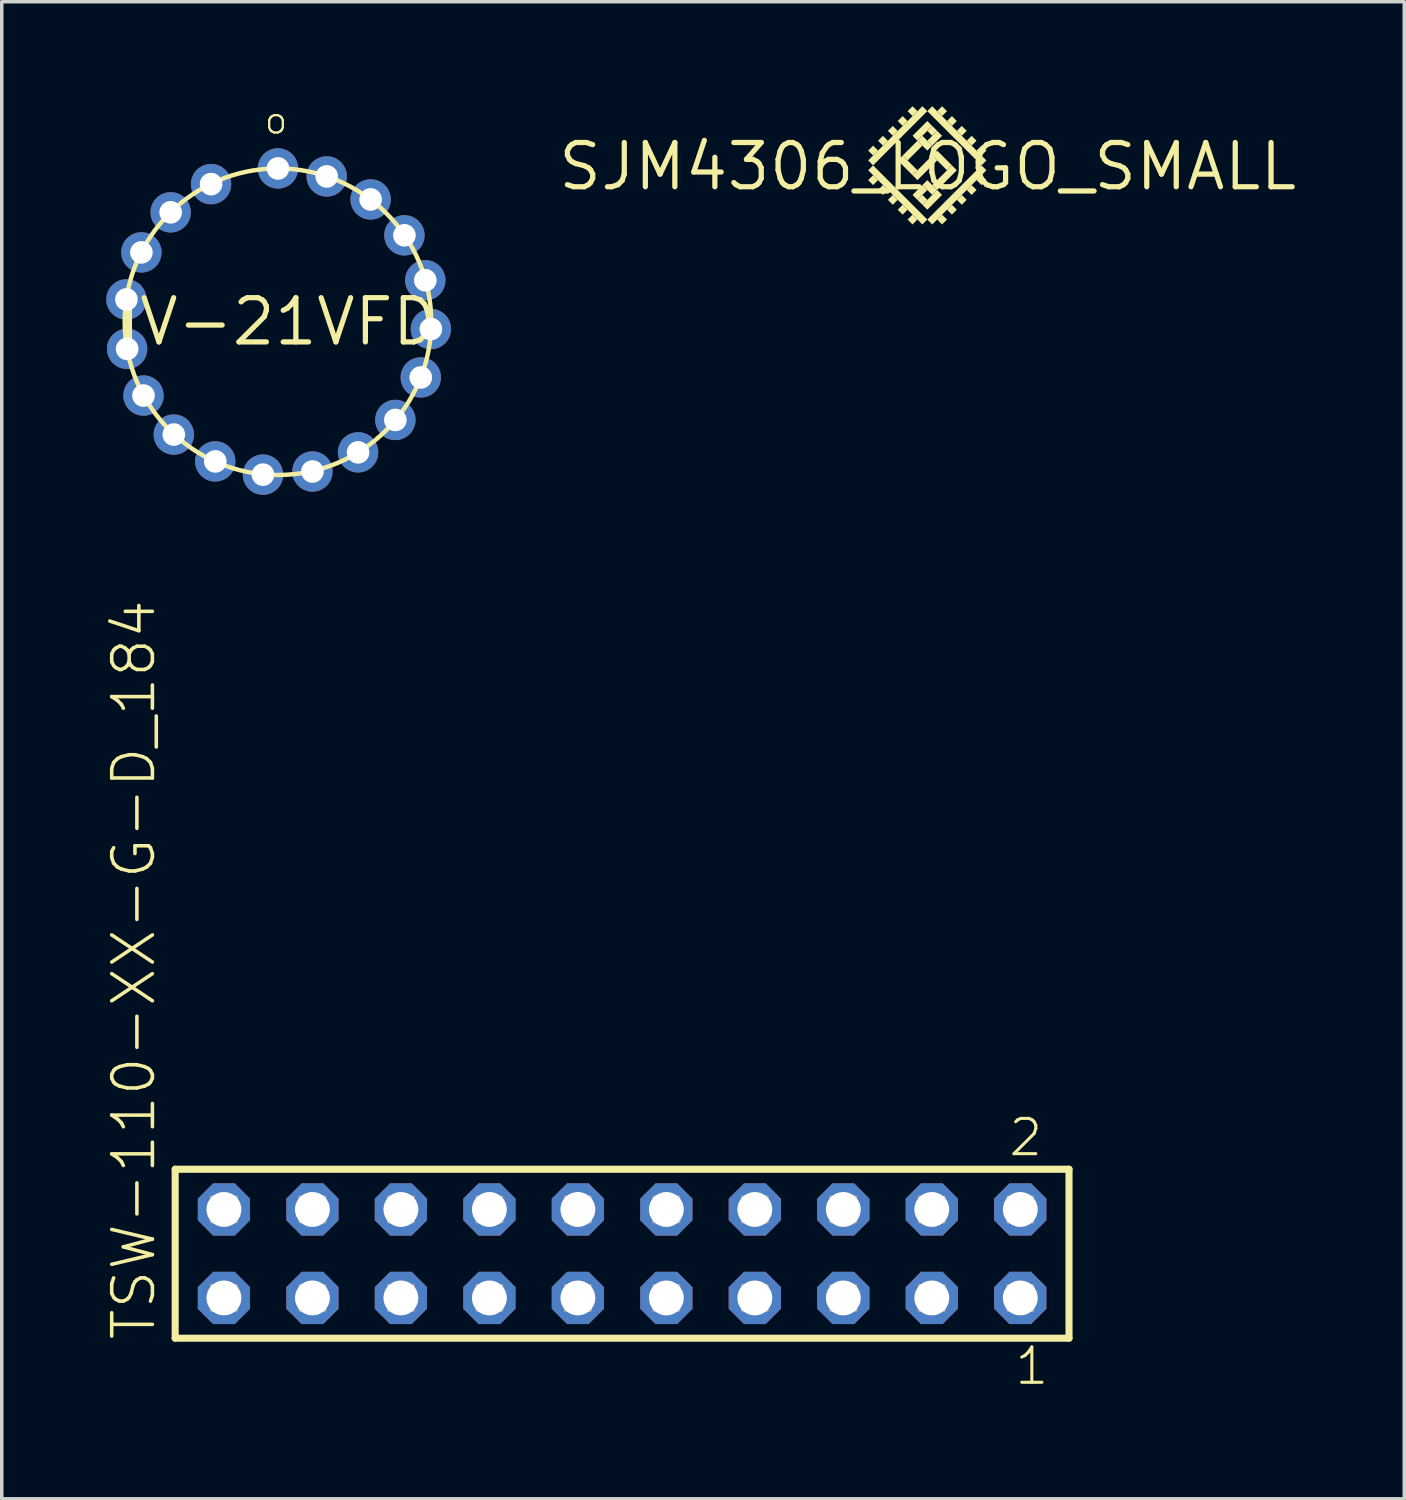
<source format=kicad_pcb>
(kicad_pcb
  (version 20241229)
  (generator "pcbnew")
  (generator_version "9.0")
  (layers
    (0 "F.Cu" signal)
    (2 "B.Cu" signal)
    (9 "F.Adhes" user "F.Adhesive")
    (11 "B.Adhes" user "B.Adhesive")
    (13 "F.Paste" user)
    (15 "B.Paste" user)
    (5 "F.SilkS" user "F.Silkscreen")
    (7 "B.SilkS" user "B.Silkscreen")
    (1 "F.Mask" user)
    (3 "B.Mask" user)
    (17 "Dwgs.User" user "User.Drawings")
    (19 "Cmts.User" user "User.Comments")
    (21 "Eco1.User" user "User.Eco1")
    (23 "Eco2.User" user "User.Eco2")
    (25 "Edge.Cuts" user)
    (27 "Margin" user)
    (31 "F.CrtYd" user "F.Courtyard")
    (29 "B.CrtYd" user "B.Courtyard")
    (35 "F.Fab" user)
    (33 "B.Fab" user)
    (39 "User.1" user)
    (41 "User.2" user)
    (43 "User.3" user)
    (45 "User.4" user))
  (footprint "SJM4306_LOGO_SMALL"
    (layer "F.Cu")
    (at 23.579 1.731)
    (property "Reference" "SJM4306_LOGO_SMALL" (at 0 0 0) (layer "F.SilkS") (effects (font (size 1.27 1.27) (thickness 0.15))))
    (fp_poly (pts (xy -1.566 -0.034) (xy -0.01 -1.59) (xy -0.151 -1.731) (xy -1.707 -0.176)) (stroke (width 0) (type default)) (fill yes) (layer "F.SilkS"))
    (fp_poly (pts (xy -1.566 -0.317) (xy -1.424 -0.459) (xy -1.566 -0.6) (xy -1.707 -0.459)) (stroke (width 0) (type default)) (fill yes) (layer "F.SilkS"))
    (fp_poly (pts (xy -1.566 0.531) (xy -1.424 0.39) (xy -1.566 0.249) (xy -1.707 0.39)) (stroke (width 0) (type default)) (fill yes) (layer "F.SilkS"))
    (fp_poly (pts (xy -1.283 -0.6) (xy -1.141 -0.741) (xy -1.283 -0.883) (xy -1.424 -0.741)) (stroke (width 0) (type default)) (fill yes) (layer "F.SilkS"))
    (fp_poly (pts (xy -1.283 0.814) (xy -1.141 0.673) (xy -1.283 0.531) (xy -1.424 0.673)) (stroke (width 0) (type default)) (fill yes) (layer "F.SilkS"))
    (fp_poly (pts (xy -1 -0.883) (xy -0.859 -1.024) (xy -1 -1.166) (xy -1.141 -1.024)) (stroke (width 0) (type default)) (fill yes) (layer "F.SilkS"))
    (fp_poly (pts (xy -1 1.097) (xy -0.859 0.956) (xy -1 0.814) (xy -1.141 0.956)) (stroke (width 0) (type default)) (fill yes) (layer "F.SilkS"))
    (fp_poly (pts (xy -0.717 -1.166) (xy -0.576 -1.307) (xy -0.717 -1.449) (xy -0.859 -1.307)) (stroke (width 0) (type default)) (fill yes) (layer "F.SilkS"))
    (fp_poly (pts (xy -0.717 1.38) (xy -0.576 1.238) (xy -0.717 1.097) (xy -0.859 1.238)) (stroke (width 0) (type default)) (fill yes) (layer "F.SilkS"))
    (fp_poly (pts (xy -0.576 -0.176) (xy -0.151 -0.6) (xy -0.293 -0.741) (xy -0.717 -0.317)) (stroke (width 0) (type default)) (fill yes) (layer "F.SilkS"))
    (fp_poly (pts (xy -0.434 0.249) (xy -0.293 0.107) (xy -0.717 -0.317) (xy -0.859 -0.176)) (stroke (width 0) (type default)) (fill yes) (layer "F.SilkS"))
    (fp_poly (pts (xy -0.434 -1.449) (xy -0.293 -1.59) (xy -0.434 -1.731) (xy -0.576 -1.59)) (stroke (width 0) (type default)) (fill yes) (layer "F.SilkS"))
    (fp_poly (pts (xy -0.434 1.663) (xy -0.293 1.521) (xy -0.434 1.38) (xy -0.576 1.521)) (stroke (width 0) (type default)) (fill yes) (layer "F.SilkS"))
    (fp_poly (pts (xy -0.293 0.956) (xy -0.01 0.673) (xy -0.151 0.531) (xy -0.434 0.814)) (stroke (width 0) (type default)) (fill yes) (layer "F.SilkS"))
    (fp_poly (pts (xy -0.293 0.39) (xy 0.273 -0.176) (xy 0.131 -0.317) (xy -0.434 0.249)) (stroke (width 0) (type default)) (fill yes) (layer "F.SilkS"))
    (fp_poly (pts (xy -0.293 -0.741) (xy 0.131 -1.166) (xy -0.01 -1.307) (xy -0.434 -0.883)) (stroke (width 0) (type default)) (fill yes) (layer "F.SilkS"))
    (fp_poly (pts (xy -0.151 1.663) (xy -0.01 1.521) (xy -1.566 -0.034) (xy -1.707 0.107)) (stroke (width 0) (type default)) (fill yes) (layer "F.SilkS"))
    (fp_poly (pts (xy -0.151 1.097) (xy -0.01 0.956) (xy -0.151 0.814) (xy -0.293 0.956)) (stroke (width 0) (type default)) (fill yes) (layer "F.SilkS"))
    (fp_poly (pts (xy -0.01 1.238) (xy 0.414 0.814) (xy 0.273 0.673) (xy -0.151 1.097)) (stroke (width 0) (type default)) (fill yes) (layer "F.SilkS"))
    (fp_poly (pts (xy -0.01 -0.459) (xy 0.131 -0.6) (xy -0.151 -0.883) (xy -0.293 -0.741)) (stroke (width 0) (type default)) (fill yes) (layer "F.SilkS"))
    (fp_poly (pts (xy 0.131 -0.883) (xy 0.273 -1.024) (xy 0.131 -1.166) (xy -0.01 -1.024)) (stroke (width 0) (type default)) (fill yes) (layer "F.SilkS"))
    (fp_poly (pts (xy 0.131 1.663) (xy 1.687 0.107) (xy 1.546 -0.034) (xy -0.01 1.521)) (stroke (width 0) (type default)) (fill yes) (layer "F.SilkS"))
    (fp_poly (pts (xy 0.131 -0.6) (xy 0.414 -0.883) (xy 0.273 -1.024) (xy -0.01 -0.741)) (stroke (width 0) (type default)) (fill yes) (layer "F.SilkS"))
    (fp_poly (pts (xy 0.131 0.814) (xy 0.273 0.673) (xy -0.01 0.39) (xy -0.151 0.531)) (stroke (width 0) (type default)) (fill yes) (layer "F.SilkS"))
    (fp_poly (pts (xy 0.273 0.673) (xy 0.838 0.107) (xy 0.697 -0.034) (xy 0.131 0.531)) (stroke (width 0) (type default)) (fill yes) (layer "F.SilkS"))
    (fp_poly (pts (xy 0.414 -1.449) (xy 0.556 -1.59) (xy 0.414 -1.731) (xy 0.273 -1.59)) (stroke (width 0) (type default)) (fill yes) (layer "F.SilkS"))
    (fp_poly (pts (xy 0.414 1.663) (xy 0.556 1.521) (xy 0.414 1.38) (xy 0.273 1.521)) (stroke (width 0) (type default)) (fill yes) (layer "F.SilkS"))
    (fp_poly (pts (xy 0.556 0.107) (xy 0.697 -0.034) (xy 0.273 -0.459) (xy 0.131 -0.317)) (stroke (width 0) (type default)) (fill yes) (layer "F.SilkS"))
    (fp_poly (pts (xy 0.697 -1.166) (xy 0.838 -1.307) (xy 0.697 -1.449) (xy 0.556 -1.307)) (stroke (width 0) (type default)) (fill yes) (layer "F.SilkS"))
    (fp_poly (pts (xy 0.697 1.38) (xy 0.838 1.238) (xy 0.697 1.097) (xy 0.556 1.238)) (stroke (width 0) (type default)) (fill yes) (layer "F.SilkS"))
    (fp_poly (pts (xy 0.98 -0.883) (xy 1.121 -1.024) (xy 0.98 -1.166) (xy 0.838 -1.024)) (stroke (width 0) (type default)) (fill yes) (layer "F.SilkS"))
    (fp_poly (pts (xy 0.98 1.097) (xy 1.121 0.956) (xy 0.98 0.814) (xy 0.838 0.956)) (stroke (width 0) (type default)) (fill yes) (layer "F.SilkS"))
    (fp_poly (pts (xy 1.263 -0.6) (xy 1.404 -0.741) (xy 1.263 -0.883) (xy 1.121 -0.741)) (stroke (width 0) (type default)) (fill yes) (layer "F.SilkS"))
    (fp_poly (pts (xy 1.263 0.814) (xy 1.404 0.673) (xy 1.263 0.531) (xy 1.121 0.673)) (stroke (width 0) (type default)) (fill yes) (layer "F.SilkS"))
    (fp_poly (pts (xy 1.546 -0.034) (xy 1.687 -0.176) (xy 0.131 -1.731) (xy -0.01 -1.59)) (stroke (width 0) (type default)) (fill yes) (layer "F.SilkS"))
    (fp_poly (pts (xy 1.546 -0.317) (xy 1.687 -0.459) (xy 1.546 -0.6) (xy 1.404 -0.459)) (stroke (width 0) (type default)) (fill yes) (layer "F.SilkS"))
    (fp_poly (pts (xy 1.546 0.531) (xy 1.687 0.39) (xy 1.546 0.249) (xy 1.404 0.39)) (stroke (width 0) (type default)) (fill yes) (layer "F.SilkS")))
  (footprint "IV-21VFD"
    (layer "F.Cu")
    (at 4.929 6.185)
    (property "Reference" "IV-21VFD" (at 0 0 0) (layer "F.SilkS") (effects (font (size 1.27 1.27) (thickness 0.15))))
    (fp_circle (center 0 0) (end 4.4 0) (stroke (width 0.127) (type solid)) (fill no) (layer "F.SilkS"))
    (fp_text user "o" (at 0.325 -6.025 180) (unlocked yes) (layer "F.SilkS") (effects (font (size 0.748 0.748) (thickness 0.065)) (justify left bottom)))
    (pad "P$1" thru_hole circle (at 0 -4.4) (size 1.158 1.158) (drill 0.65) (layers "*.Cu" "*.Mask"))
    (pad "P$2" thru_hole circle (at 1.4 -4.17) (size 1.158 1.158) (drill 0.65) (layers "*.Cu" "*.Mask"))
    (pad "P$3" thru_hole circle (at 2.66 -3.51) (size 1.158 1.158) (drill 0.65) (layers "*.Cu" "*.Mask"))
    (pad "P$4" thru_hole circle (at 3.63 -2.48) (size 1.158 1.158) (drill 0.65) (layers "*.Cu" "*.Mask"))
    (pad "P$5" thru_hole circle (at 4.23 -1.19) (size 1.158 1.158) (drill 0.65) (layers "*.Cu" "*.Mask"))
    (pad "P$6" thru_hole circle (at 4.39 0.21) (size 1.158 1.158) (drill 0.65) (layers "*.Cu" "*.Mask"))
    (pad "P$7" thru_hole circle (at 4.1 1.6) (size 1.158 1.158) (drill 0.65) (layers "*.Cu" "*.Mask"))
    (pad "P$8" thru_hole circle (at 3.37 2.82) (size 1.158 1.158) (drill 0.65) (layers "*.Cu" "*.Mask"))
    (pad "P$9" thru_hole circle (at 2.3 3.75) (size 1.158 1.158) (drill 0.65) (layers "*.Cu" "*.Mask"))
    (pad "P$10" thru_hole circle (at 0.99 4.3) (size 1.158 1.158) (drill 0.65) (layers "*.Cu" "*.Mask"))
    (pad "P$11" thru_hole circle (at -0.43 4.39) (size 1.158 1.158) (drill 0.65) (layers "*.Cu" "*.Mask"))
    (pad "P$12" thru_hole circle (at -1.8 4.01) (size 1.158 1.158) (drill 0.65) (layers "*.Cu" "*.Mask"))
    (pad "P$13" thru_hole circle (at -2.99 3.24) (size 1.158 1.158) (drill 0.65) (layers "*.Cu" "*.Mask"))
    (pad "P$14" thru_hole circle (at -3.86 2.12) (size 1.158 1.158) (drill 0.65) (layers "*.Cu" "*.Mask"))
    (pad "P$15" thru_hole circle (at -4.33 0.78) (size 1.158 1.158) (drill 0.65) (layers "*.Cu" "*.Mask"))
    (pad "P$16" thru_hole circle (at -4.35 -0.64) (size 1.158 1.158) (drill 0.65) (layers "*.Cu" "*.Mask"))
    (pad "P$17" thru_hole circle (at -3.92 -1.99) (size 1.158 1.158) (drill 0.65) (layers "*.Cu" "*.Mask"))
    (pad "P$18" thru_hole circle (at -3.08 -3.14) (size 1.158 1.158) (drill 0.65) (layers "*.Cu" "*.Mask"))
    (pad "P$19" thru_hole circle (at -1.92 -3.95) (size 1.158 1.158) (drill 0.65) (layers "*.Cu" "*.Mask")))
  (footprint "TSW-110-XX-G-D_184"
    (layer "F.Cu")
    (at 14.808 32.939)
    (property "Reference" "TSW-110-XX-G-D_184" (at -13.335 2.54 90) (unlocked yes) (layer "F.SilkS") (effects (font (size 1.168 1.168) (thickness 0.102)) (justify left bottom)))
    (fp_line (start -12.829 -2.425) (end 12.829 -2.425) (stroke (width 0.203) (type solid)) (layer "F.SilkS"))
    (fp_line (start -12.829 2.425) (end -12.829 -2.425) (stroke (width 0.203) (type solid)) (layer "F.SilkS"))
    (fp_line (start 12.829 -2.425) (end 12.829 2.425) (stroke (width 0.203) (type solid)) (layer "F.SilkS"))
    (fp_line (start 12.829 2.425) (end -12.829 2.425) (stroke (width 0.203) (type solid)) (layer "F.SilkS"))
    (fp_poly (pts (xy -11.78 -0.92) (xy -11.08 -0.92) (xy -11.08 -1.62) (xy -11.78 -1.62)) (stroke (width 0.1) (type default)) (fill no) (layer "F.Fab"))
    (fp_poly (pts (xy -11.78 1.62) (xy -11.08 1.62) (xy -11.08 0.92) (xy -11.78 0.92)) (stroke (width 0.1) (type default)) (fill no) (layer "F.Fab"))
    (fp_poly (pts (xy -9.24 -0.92) (xy -8.54 -0.92) (xy -8.54 -1.62) (xy -9.24 -1.62)) (stroke (width 0.1) (type default)) (fill no) (layer "F.Fab"))
    (fp_poly (pts (xy -9.24 1.62) (xy -8.54 1.62) (xy -8.54 0.92) (xy -9.24 0.92)) (stroke (width 0.1) (type default)) (fill no) (layer "F.Fab"))
    (fp_poly (pts (xy -6.7 -0.92) (xy -6 -0.92) (xy -6 -1.62) (xy -6.7 -1.62)) (stroke (width 0.1) (type default)) (fill no) (layer "F.Fab"))
    (fp_poly (pts (xy -6.7 1.62) (xy -6 1.62) (xy -6 0.92) (xy -6.7 0.92)) (stroke (width 0.1) (type default)) (fill no) (layer "F.Fab"))
    (fp_poly (pts (xy -4.16 -0.92) (xy -3.46 -0.92) (xy -3.46 -1.62) (xy -4.16 -1.62)) (stroke (width 0.1) (type default)) (fill no) (layer "F.Fab"))
    (fp_poly (pts (xy -4.16 1.62) (xy -3.46 1.62) (xy -3.46 0.92) (xy -4.16 0.92)) (stroke (width 0.1) (type default)) (fill no) (layer "F.Fab"))
    (fp_poly (pts (xy -1.62 -0.92) (xy -0.92 -0.92) (xy -0.92 -1.62) (xy -1.62 -1.62)) (stroke (width 0.1) (type default)) (fill no) (layer "F.Fab"))
    (fp_poly (pts (xy -1.62 1.62) (xy -0.92 1.62) (xy -0.92 0.92) (xy -1.62 0.92)) (stroke (width 0.1) (type default)) (fill no) (layer "F.Fab"))
    (fp_poly (pts (xy 0.92 -0.92) (xy 1.62 -0.92) (xy 1.62 -1.62) (xy 0.92 -1.62)) (stroke (width 0.1) (type default)) (fill no) (layer "F.Fab"))
    (fp_poly (pts (xy 0.92 1.62) (xy 1.62 1.62) (xy 1.62 0.92) (xy 0.92 0.92)) (stroke (width 0.1) (type default)) (fill no) (layer "F.Fab"))
    (fp_poly (pts (xy 3.46 -0.92) (xy 4.16 -0.92) (xy 4.16 -1.62) (xy 3.46 -1.62)) (stroke (width 0.1) (type default)) (fill no) (layer "F.Fab"))
    (fp_poly (pts (xy 3.46 1.62) (xy 4.16 1.62) (xy 4.16 0.92) (xy 3.46 0.92)) (stroke (width 0.1) (type default)) (fill no) (layer "F.Fab"))
    (fp_poly (pts (xy 6 -0.92) (xy 6.7 -0.92) (xy 6.7 -1.62) (xy 6 -1.62)) (stroke (width 0.1) (type default)) (fill no) (layer "F.Fab"))
    (fp_poly (pts (xy 6 1.62) (xy 6.7 1.62) (xy 6.7 0.92) (xy 6 0.92)) (stroke (width 0.1) (type default)) (fill no) (layer "F.Fab"))
    (fp_poly (pts (xy 8.54 -0.92) (xy 9.24 -0.92) (xy 9.24 -1.62) (xy 8.54 -1.62)) (stroke (width 0.1) (type default)) (fill no) (layer "F.Fab"))
    (fp_poly (pts (xy 8.54 1.62) (xy 9.24 1.62) (xy 9.24 0.92) (xy 8.54 0.92)) (stroke (width 0.1) (type default)) (fill no) (layer "F.Fab"))
    (fp_poly (pts (xy 11.08 -0.92) (xy 11.78 -0.92) (xy 11.78 -1.62) (xy 11.08 -1.62)) (stroke (width 0.1) (type default)) (fill no) (layer "F.Fab"))
    (fp_poly (pts (xy 11.08 1.62) (xy 11.78 1.62) (xy 11.78 0.92) (xy 11.08 0.92)) (stroke (width 0.1) (type default)) (fill no) (layer "F.Fab"))
    (fp_text user "1" (at 11.222 3.818 0) (unlocked yes) (layer "F.SilkS") (effects (font (size 1.012 1.012) (thickness 0.088)) (justify left bottom)))
    (fp_text user "2" (at 11.047 -2.744 0) (unlocked yes) (layer "F.SilkS") (effects (font (size 1.012 1.012) (thickness 0.088)) (justify left bottom)))
    (pad "1" thru_hole roundrect (at 11.43 1.27 180) (size 1.5 1.5) (drill 1) (layers "*.Cu" "*.Mask") (roundrect_rratio 0.25) (chamfer_ratio 0.293) (chamfer top_left top_right bottom_left bottom_right))
    (pad "2" thru_hole roundrect (at 11.43 -1.27 180) (size 1.5 1.5) (drill 1) (layers "*.Cu" "*.Mask") (roundrect_rratio 0.25) (chamfer_ratio 0.293) (chamfer top_left top_right bottom_left bottom_right))
    (pad "3" thru_hole roundrect (at 8.89 1.27 180) (size 1.5 1.5) (drill 1) (layers "*.Cu" "*.Mask") (roundrect_rratio 0.25) (chamfer_ratio 0.293) (chamfer top_left top_right bottom_left bottom_right))
    (pad "4" thru_hole roundrect (at 8.89 -1.27 180) (size 1.5 1.5) (drill 1) (layers "*.Cu" "*.Mask") (roundrect_rratio 0.25) (chamfer_ratio 0.293) (chamfer top_left top_right bottom_left bottom_right))
    (pad "5" thru_hole roundrect (at 6.35 1.27 180) (size 1.5 1.5) (drill 1) (layers "*.Cu" "*.Mask") (roundrect_rratio 0.25) (chamfer_ratio 0.293) (chamfer top_left top_right bottom_left bottom_right))
    (pad "6" thru_hole roundrect (at 6.35 -1.27 180) (size 1.5 1.5) (drill 1) (layers "*.Cu" "*.Mask") (roundrect_rratio 0.25) (chamfer_ratio 0.293) (chamfer top_left top_right bottom_left bottom_right))
    (pad "7" thru_hole roundrect (at 3.81 1.27 180) (size 1.5 1.5) (drill 1) (layers "*.Cu" "*.Mask") (roundrect_rratio 0.25) (chamfer_ratio 0.293) (chamfer top_left top_right bottom_left bottom_right))
    (pad "8" thru_hole roundrect (at 3.81 -1.27 180) (size 1.5 1.5) (drill 1) (layers "*.Cu" "*.Mask") (roundrect_rratio 0.25) (chamfer_ratio 0.293) (chamfer top_left top_right bottom_left bottom_right))
    (pad "9" thru_hole roundrect (at 1.27 1.27 180) (size 1.5 1.5) (drill 1) (layers "*.Cu" "*.Mask") (roundrect_rratio 0.25) (chamfer_ratio 0.293) (chamfer top_left top_right bottom_left bottom_right))
    (pad "10" thru_hole roundrect (at 1.27 -1.27 180) (size 1.5 1.5) (drill 1) (layers "*.Cu" "*.Mask") (roundrect_rratio 0.25) (chamfer_ratio 0.293) (chamfer top_left top_right bottom_left bottom_right))
    (pad "11" thru_hole roundrect (at -1.27 1.27 180) (size 1.5 1.5) (drill 1) (layers "*.Cu" "*.Mask") (roundrect_rratio 0.25) (chamfer_ratio 0.293) (chamfer top_left top_right bottom_left bottom_right))
    (pad "12" thru_hole roundrect (at -1.27 -1.27 180) (size 1.5 1.5) (drill 1) (layers "*.Cu" "*.Mask") (roundrect_rratio 0.25) (chamfer_ratio 0.293) (chamfer top_left top_right bottom_left bottom_right))
    (pad "13" thru_hole roundrect (at -3.81 1.27 180) (size 1.5 1.5) (drill 1) (layers "*.Cu" "*.Mask") (roundrect_rratio 0.25) (chamfer_ratio 0.293) (chamfer top_left top_right bottom_left bottom_right))
    (pad "14" thru_hole roundrect (at -3.81 -1.27 180) (size 1.5 1.5) (drill 1) (layers "*.Cu" "*.Mask") (roundrect_rratio 0.25) (chamfer_ratio 0.293) (chamfer top_left top_right bottom_left bottom_right))
    (pad "15" thru_hole roundrect (at -6.35 1.27 180) (size 1.5 1.5) (drill 1) (layers "*.Cu" "*.Mask") (roundrect_rratio 0.25) (chamfer_ratio 0.293) (chamfer top_left top_right bottom_left bottom_right))
    (pad "16" thru_hole roundrect (at -6.35 -1.27 180) (size 1.5 1.5) (drill 1) (layers "*.Cu" "*.Mask") (roundrect_rratio 0.25) (chamfer_ratio 0.293) (chamfer top_left top_right bottom_left bottom_right))
    (pad "17" thru_hole roundrect (at -8.89 1.27 180) (size 1.5 1.5) (drill 1) (layers "*.Cu" "*.Mask") (roundrect_rratio 0.25) (chamfer_ratio 0.293) (chamfer top_left top_right bottom_left bottom_right))
    (pad "18" thru_hole roundrect (at -8.89 -1.27 180) (size 1.5 1.5) (drill 1) (layers "*.Cu" "*.Mask") (roundrect_rratio 0.25) (chamfer_ratio 0.293) (chamfer top_left top_right bottom_left bottom_right))
    (pad "19" thru_hole roundrect (at -11.43 1.27 180) (size 1.5 1.5) (drill 1) (layers "*.Cu" "*.Mask") (roundrect_rratio 0.25) (chamfer_ratio 0.293) (chamfer top_left top_right bottom_left bottom_right))
    (pad "20" thru_hole roundrect (at -11.43 -1.27 180) (size 1.5 1.5) (drill 1) (layers "*.Cu" "*.Mask") (roundrect_rratio 0.25) (chamfer_ratio 0.293) (chamfer top_left top_right bottom_left bottom_right)))
  (gr_rect
    (start -3 -3)
    (end 37.261 39.974)
    (stroke (width 0.1) (type default))
    (fill no)
    (layer "Edge.Cuts")))
</source>
